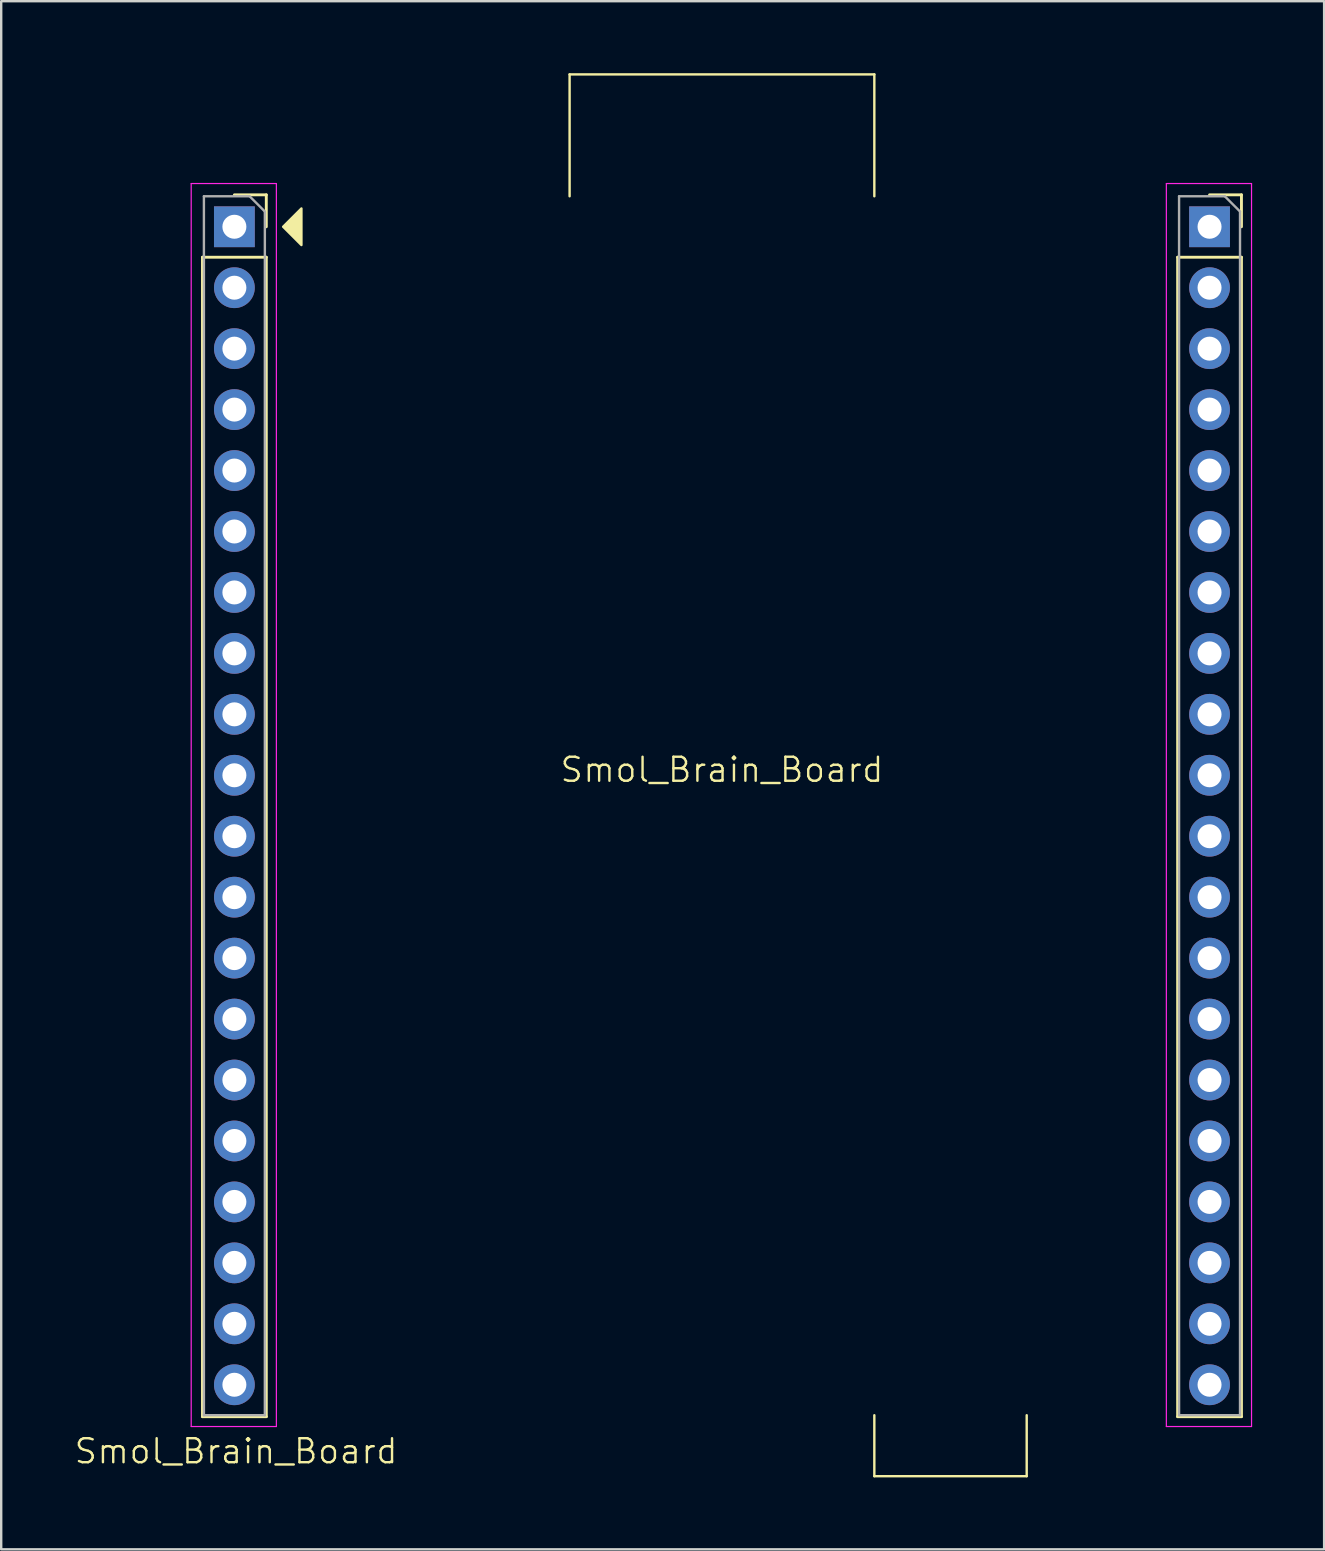
<source format=kicad_pcb>
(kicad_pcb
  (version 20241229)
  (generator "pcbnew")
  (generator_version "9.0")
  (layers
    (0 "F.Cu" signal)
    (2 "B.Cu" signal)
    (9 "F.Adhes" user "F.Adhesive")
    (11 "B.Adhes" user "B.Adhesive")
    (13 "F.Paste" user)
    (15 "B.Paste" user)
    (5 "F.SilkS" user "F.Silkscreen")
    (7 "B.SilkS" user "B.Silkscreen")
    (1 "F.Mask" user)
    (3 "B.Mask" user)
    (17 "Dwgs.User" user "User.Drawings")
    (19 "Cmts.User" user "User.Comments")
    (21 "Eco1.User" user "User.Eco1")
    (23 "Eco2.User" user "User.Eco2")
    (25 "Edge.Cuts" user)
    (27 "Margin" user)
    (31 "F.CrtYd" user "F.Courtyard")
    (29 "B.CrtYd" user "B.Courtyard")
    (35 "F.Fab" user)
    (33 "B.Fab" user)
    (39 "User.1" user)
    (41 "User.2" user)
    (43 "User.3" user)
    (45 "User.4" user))
  (footprint "Smol_Brain_Board"
    (layer "F.Cu")
    (at 27.038 30.53)
    (property "Reference" "Smol_Brain_Board" (at 0 -1.5 0) (unlocked yes) (layer "F.SilkS") (effects (font (size 1 1) (thickness 0.1))))
    (attr through_hole)
    (fp_line (start -21.65 -22.86) (end -21.65 25.46) (stroke (width 0.12) (type solid)) (layer "F.SilkS"))
    (fp_line (start -21.65 -22.86) (end -18.99 -22.86) (stroke (width 0.12) (type solid)) (layer "F.SilkS"))
    (fp_line (start -21.65 25.46) (end -18.99 25.46) (stroke (width 0.12) (type solid)) (layer "F.SilkS"))
    (fp_line (start -20.32 -25.46) (end -18.99 -25.46) (stroke (width 0.12) (type solid)) (layer "F.SilkS"))
    (fp_line (start -18.99 -25.46) (end -18.99 -24.13) (stroke (width 0.12) (type solid)) (layer "F.SilkS"))
    (fp_line (start -18.99 -22.86) (end -18.99 25.46) (stroke (width 0.12) (type solid)) (layer "F.SilkS"))
    (fp_line (start -6.35 -30.48) (end -6.35 -25.4) (stroke (width 0.1) (type default)) (layer "F.SilkS"))
    (fp_line (start 6.35 -30.48) (end -6.35 -30.48) (stroke (width 0.1) (type default)) (layer "F.SilkS"))
    (fp_line (start 6.35 -25.4) (end 6.35 -30.48) (stroke (width 0.1) (type default)) (layer "F.SilkS"))
    (fp_line (start 6.35 27.94) (end 6.35 25.4) (stroke (width 0.1) (type default)) (layer "F.SilkS"))
    (fp_line (start 12.7 25.4) (end 12.7 27.94) (stroke (width 0.1) (type default)) (layer "F.SilkS"))
    (fp_line (start 12.7 27.94) (end 6.35 27.94) (stroke (width 0.1) (type default)) (layer "F.SilkS"))
    (fp_line (start 18.99 -22.86) (end 18.99 25.46) (stroke (width 0.12) (type solid)) (layer "F.SilkS"))
    (fp_line (start 18.99 -22.86) (end 21.65 -22.86) (stroke (width 0.12) (type solid)) (layer "F.SilkS"))
    (fp_line (start 18.99 25.46) (end 21.65 25.46) (stroke (width 0.12) (type solid)) (layer "F.SilkS"))
    (fp_line (start 20.32 -25.46) (end 21.65 -25.46) (stroke (width 0.12) (type solid)) (layer "F.SilkS"))
    (fp_line (start 21.65 -25.46) (end 21.65 -24.13) (stroke (width 0.12) (type solid)) (layer "F.SilkS"))
    (fp_line (start 21.65 -22.86) (end 21.65 25.46) (stroke (width 0.12) (type solid)) (layer "F.SilkS"))
    (fp_poly (pts (xy -18.288 -24.13) (xy -17.526 -24.892) (xy -17.526 -23.368)) (stroke (width 0.1) (type solid)) (fill yes) (layer "F.SilkS"))
    (fp_line (start -22.12 -25.93) (end -18.57 -25.93) (stroke (width 0.05) (type solid)) (layer "F.CrtYd"))
    (fp_line (start -22.12 25.87) (end -22.12 -25.93) (stroke (width 0.05) (type solid)) (layer "F.CrtYd"))
    (fp_line (start -18.57 -25.93) (end -18.57 25.87) (stroke (width 0.05) (type solid)) (layer "F.CrtYd"))
    (fp_line (start -18.57 25.87) (end -22.12 25.87) (stroke (width 0.05) (type solid)) (layer "F.CrtYd"))
    (fp_line (start 18.52 -25.93) (end 22.07 -25.93) (stroke (width 0.05) (type solid)) (layer "F.CrtYd"))
    (fp_line (start 18.52 25.87) (end 18.52 -25.93) (stroke (width 0.05) (type solid)) (layer "F.CrtYd"))
    (fp_line (start 22.07 -25.93) (end 22.07 25.87) (stroke (width 0.05) (type solid)) (layer "F.CrtYd"))
    (fp_line (start 22.07 25.87) (end 18.52 25.87) (stroke (width 0.05) (type solid)) (layer "F.CrtYd"))
    (fp_line (start -21.59 -25.4) (end -19.685 -25.4) (stroke (width 0.1) (type solid)) (layer "F.Fab"))
    (fp_line (start -21.59 25.4) (end -21.59 -25.4) (stroke (width 0.1) (type solid)) (layer "F.Fab"))
    (fp_line (start -19.685 -25.4) (end -19.05 -24.765) (stroke (width 0.1) (type solid)) (layer "F.Fab"))
    (fp_line (start -19.05 -24.765) (end -19.05 25.4) (stroke (width 0.1) (type solid)) (layer "F.Fab"))
    (fp_line (start -19.05 25.4) (end -21.59 25.4) (stroke (width 0.1) (type solid)) (layer "F.Fab"))
    (fp_line (start 19.05 -25.4) (end 20.955 -25.4) (stroke (width 0.1) (type solid)) (layer "F.Fab"))
    (fp_line (start 19.05 25.4) (end 19.05 -25.4) (stroke (width 0.1) (type solid)) (layer "F.Fab"))
    (fp_line (start 20.955 -25.4) (end 21.59 -24.765) (stroke (width 0.1) (type solid)) (layer "F.Fab"))
    (fp_line (start 21.59 -24.765) (end 21.59 25.4) (stroke (width 0.1) (type solid)) (layer "F.Fab"))
    (fp_line (start 21.59 25.4) (end 19.05 25.4) (stroke (width 0.1) (type solid)) (layer "F.Fab"))
    (fp_text user "${REFERENCE}" (at -20.25 26.9 0) (unlocked yes) (layer "F.SilkS") (effects (font (size 1 1) (thickness 0.1))))
    (pad "1" thru_hole rect (at -20.32 -24.13) (size 1.7 1.7) (drill 1) (layers "*.Cu" "*.Mask"))
    (pad "2" thru_hole circle (at -20.32 -21.59) (size 1.7 1.7) (drill 1) (layers "*.Cu" "*.Mask"))
    (pad "3" thru_hole circle (at -20.32 -19.05) (size 1.7 1.7) (drill 1) (layers "*.Cu" "*.Mask"))
    (pad "4" thru_hole circle (at -20.32 -16.51) (size 1.7 1.7) (drill 1) (layers "*.Cu" "*.Mask"))
    (pad "5" thru_hole circle (at -20.32 -13.97) (size 1.7 1.7) (drill 1) (layers "*.Cu" "*.Mask"))
    (pad "6" thru_hole circle (at -20.32 -11.43) (size 1.7 1.7) (drill 1) (layers "*.Cu" "*.Mask"))
    (pad "7" thru_hole circle (at -20.32 -8.89) (size 1.7 1.7) (drill 1) (layers "*.Cu" "*.Mask"))
    (pad "8" thru_hole circle (at -20.32 -6.35) (size 1.7 1.7) (drill 1) (layers "*.Cu" "*.Mask"))
    (pad "9" thru_hole circle (at -20.32 -3.81) (size 1.7 1.7) (drill 1) (layers "*.Cu" "*.Mask"))
    (pad "10" thru_hole circle (at -20.32 -1.27) (size 1.7 1.7) (drill 1) (layers "*.Cu" "*.Mask"))
    (pad "11" thru_hole circle (at -20.32 1.27) (size 1.7 1.7) (drill 1) (layers "*.Cu" "*.Mask"))
    (pad "12" thru_hole circle (at -20.32 3.81) (size 1.7 1.7) (drill 1) (layers "*.Cu" "*.Mask"))
    (pad "13" thru_hole circle (at -20.32 6.35) (size 1.7 1.7) (drill 1) (layers "*.Cu" "*.Mask"))
    (pad "14" thru_hole circle (at -20.32 8.89) (size 1.7 1.7) (drill 1) (layers "*.Cu" "*.Mask"))
    (pad "15" thru_hole circle (at -20.32 11.43) (size 1.7 1.7) (drill 1) (layers "*.Cu" "*.Mask"))
    (pad "16" thru_hole circle (at -20.32 13.97) (size 1.7 1.7) (drill 1) (layers "*.Cu" "*.Mask"))
    (pad "17" thru_hole circle (at -20.32 16.51) (size 1.7 1.7) (drill 1) (layers "*.Cu" "*.Mask"))
    (pad "18" thru_hole circle (at -20.32 19.05) (size 1.7 1.7) (drill 1) (layers "*.Cu" "*.Mask"))
    (pad "19" thru_hole circle (at -20.32 21.59) (size 1.7 1.7) (drill 1) (layers "*.Cu" "*.Mask"))
    (pad "20" thru_hole circle (at -20.32 24.13) (size 1.7 1.7) (drill 1) (layers "*.Cu" "*.Mask"))
    (pad "21" thru_hole circle (at 20.32 24.13) (size 1.7 1.7) (drill 1) (layers "*.Cu" "*.Mask"))
    (pad "22" thru_hole circle (at 20.32 21.59) (size 1.7 1.7) (drill 1) (layers "*.Cu" "*.Mask"))
    (pad "23" thru_hole circle (at 20.32 19.05) (size 1.7 1.7) (drill 1) (layers "*.Cu" "*.Mask"))
    (pad "24" thru_hole circle (at 20.32 16.51) (size 1.7 1.7) (drill 1) (layers "*.Cu" "*.Mask"))
    (pad "25" thru_hole circle (at 20.32 13.97) (size 1.7 1.7) (drill 1) (layers "*.Cu" "*.Mask"))
    (pad "26" thru_hole circle (at 20.32 11.43) (size 1.7 1.7) (drill 1) (layers "*.Cu" "*.Mask"))
    (pad "27" thru_hole circle (at 20.32 8.89) (size 1.7 1.7) (drill 1) (layers "*.Cu" "*.Mask"))
    (pad "28" thru_hole circle (at 20.32 6.35) (size 1.7 1.7) (drill 1) (layers "*.Cu" "*.Mask"))
    (pad "29" thru_hole circle (at 20.32 3.81) (size 1.7 1.7) (drill 1) (layers "*.Cu" "*.Mask"))
    (pad "30" thru_hole circle (at 20.32 1.27) (size 1.7 1.7) (drill 1) (layers "*.Cu" "*.Mask"))
    (pad "31" thru_hole circle (at 20.32 -1.27) (size 1.7 1.7) (drill 1) (layers "*.Cu" "*.Mask"))
    (pad "32" thru_hole circle (at 20.32 -3.81) (size 1.7 1.7) (drill 1) (layers "*.Cu" "*.Mask"))
    (pad "33" thru_hole circle (at 20.32 -6.35) (size 1.7 1.7) (drill 1) (layers "*.Cu" "*.Mask"))
    (pad "34" thru_hole circle (at 20.32 -8.89) (size 1.7 1.7) (drill 1) (layers "*.Cu" "*.Mask"))
    (pad "35" thru_hole circle (at 20.32 -11.43) (size 1.7 1.7) (drill 1) (layers "*.Cu" "*.Mask"))
    (pad "36" thru_hole circle (at 20.32 -13.97) (size 1.7 1.7) (drill 1) (layers "*.Cu" "*.Mask"))
    (pad "37" thru_hole circle (at 20.32 -16.51) (size 1.7 1.7) (drill 1) (layers "*.Cu" "*.Mask"))
    (pad "38" thru_hole circle (at 20.32 -19.05) (size 1.7 1.7) (drill 1) (layers "*.Cu" "*.Mask"))
    (pad "39" thru_hole circle (at 20.32 -21.59) (size 1.7 1.7) (drill 1) (layers "*.Cu" "*.Mask"))
    (pad "40" thru_hole rect (at 20.32 -24.13) (size 1.7 1.7) (drill 1) (layers "*.Cu" "*.Mask")))
  (gr_rect
    (start -3 -3)
    (end 52.133 61.52)
    (stroke (width 0.1) (type default))
    (fill no)
    (layer "Edge.Cuts")))
</source>
